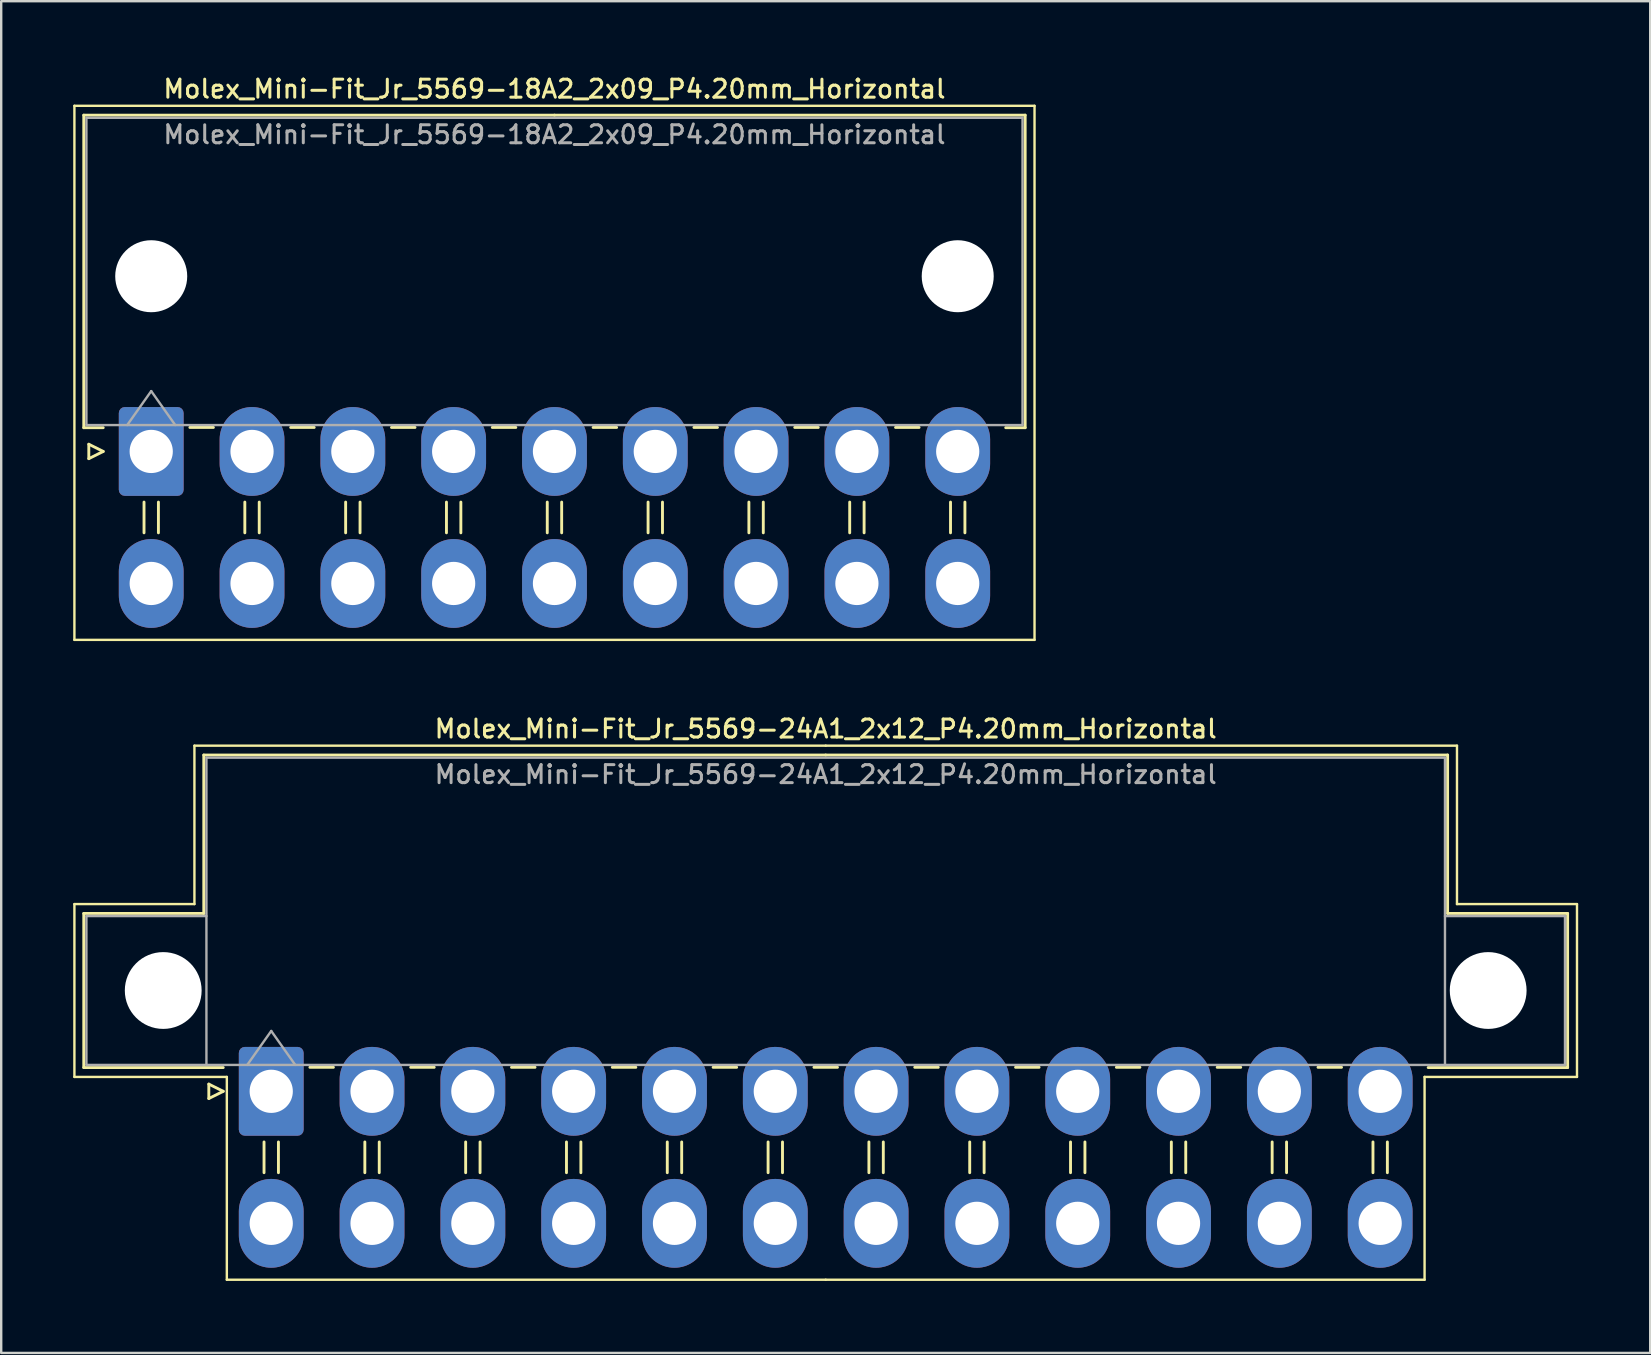
<source format=kicad_pcb>
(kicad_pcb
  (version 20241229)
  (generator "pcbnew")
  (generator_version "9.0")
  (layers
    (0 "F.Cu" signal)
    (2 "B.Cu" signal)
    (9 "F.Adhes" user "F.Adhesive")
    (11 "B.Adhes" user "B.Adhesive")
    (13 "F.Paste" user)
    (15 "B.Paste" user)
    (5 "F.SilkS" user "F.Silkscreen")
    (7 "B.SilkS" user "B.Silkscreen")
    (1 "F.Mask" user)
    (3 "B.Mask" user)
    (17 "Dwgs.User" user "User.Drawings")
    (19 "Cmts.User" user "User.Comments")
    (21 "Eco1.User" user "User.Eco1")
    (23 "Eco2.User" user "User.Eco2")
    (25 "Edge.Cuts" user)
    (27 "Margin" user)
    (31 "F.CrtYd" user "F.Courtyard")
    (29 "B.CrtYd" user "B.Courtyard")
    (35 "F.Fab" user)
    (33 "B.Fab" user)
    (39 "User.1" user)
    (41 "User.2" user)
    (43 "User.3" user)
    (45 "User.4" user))
  (footprint "Molex_Mini-Fit_Jr_5569-24A1_2x12_P4.20mm_Horizontal"
    (layer "F.Cu")
    (at 8.25 42.416)
    (property "Reference" "Molex_Mini-Fit_Jr_5569-24A1_2x12_P4.20mm_Horizontal" (at 23.1 -15.1 0) (layer "F.SilkS") (effects (font (size 0.75 0.75) (thickness 0.125))))
    (attr through_hole)
    (fp_line (start -8.2 -7.8) (end -8.2 -0.6) (stroke (width 0.1) (type solid)) (layer "F.SilkS"))
    (fp_line (start -8.2 -0.6) (end -1.85 -0.6) (stroke (width 0.1) (type solid)) (layer "F.SilkS"))
    (fp_line (start -7.81 -7.41) (end -7.81 -0.99) (stroke (width 0.12) (type solid)) (layer "F.SilkS"))
    (fp_line (start -7.81 -0.99) (end -2 -0.99) (stroke (width 0.12) (type solid)) (layer "F.SilkS"))
    (fp_line (start -3.2 -14.4) (end -3.2 -7.8) (stroke (width 0.1) (type solid)) (layer "F.SilkS"))
    (fp_line (start -3.2 -7.8) (end -8.2 -7.8) (stroke (width 0.1) (type solid)) (layer "F.SilkS"))
    (fp_line (start -2.81 -14.01) (end -2.81 -7.41) (stroke (width 0.12) (type solid)) (layer "F.SilkS"))
    (fp_line (start -2.81 -7.41) (end -7.81 -7.41) (stroke (width 0.12) (type solid)) (layer "F.SilkS"))
    (fp_line (start -2.6 -0.3) (end -2 0) (stroke (width 0.12) (type solid)) (layer "F.SilkS"))
    (fp_line (start -2.6 0.3) (end -2.6 -0.3) (stroke (width 0.12) (type solid)) (layer "F.SilkS"))
    (fp_line (start -2 0) (end -2.6 0.3) (stroke (width 0.12) (type solid)) (layer "F.SilkS"))
    (fp_line (start -1.85 -0.6) (end -1.85 7.85) (stroke (width 0.1) (type solid)) (layer "F.SilkS"))
    (fp_line (start -1.85 7.85) (end 23.1 7.85) (stroke (width 0.1) (type solid)) (layer "F.SilkS"))
    (fp_line (start -0.3 2.11) (end -0.3 3.39) (stroke (width 0.12) (type solid)) (layer "F.SilkS"))
    (fp_line (start 0.3 2.11) (end 0.3 3.39) (stroke (width 0.12) (type solid)) (layer "F.SilkS"))
    (fp_line (start 1.61 -1) (end 2.59 -1) (stroke (width 0.12) (type solid)) (layer "F.SilkS"))
    (fp_line (start 3.9 2.11) (end 3.9 3.39) (stroke (width 0.12) (type solid)) (layer "F.SilkS"))
    (fp_line (start 4.5 2.11) (end 4.5 3.39) (stroke (width 0.12) (type solid)) (layer "F.SilkS"))
    (fp_line (start 5.81 -1) (end 6.79 -1) (stroke (width 0.12) (type solid)) (layer "F.SilkS"))
    (fp_line (start 8.1 2.11) (end 8.1 3.39) (stroke (width 0.12) (type solid)) (layer "F.SilkS"))
    (fp_line (start 8.7 2.11) (end 8.7 3.39) (stroke (width 0.12) (type solid)) (layer "F.SilkS"))
    (fp_line (start 10.01 -1) (end 10.99 -1) (stroke (width 0.12) (type solid)) (layer "F.SilkS"))
    (fp_line (start 12.3 2.11) (end 12.3 3.39) (stroke (width 0.12) (type solid)) (layer "F.SilkS"))
    (fp_line (start 12.9 2.11) (end 12.9 3.39) (stroke (width 0.12) (type solid)) (layer "F.SilkS"))
    (fp_line (start 14.21 -1) (end 15.19 -1) (stroke (width 0.12) (type solid)) (layer "F.SilkS"))
    (fp_line (start 16.5 2.11) (end 16.5 3.39) (stroke (width 0.12) (type solid)) (layer "F.SilkS"))
    (fp_line (start 17.1 2.11) (end 17.1 3.39) (stroke (width 0.12) (type solid)) (layer "F.SilkS"))
    (fp_line (start 18.41 -1) (end 19.39 -1) (stroke (width 0.12) (type solid)) (layer "F.SilkS"))
    (fp_line (start 20.7 2.11) (end 20.7 3.39) (stroke (width 0.12) (type solid)) (layer "F.SilkS"))
    (fp_line (start 21.3 2.11) (end 21.3 3.39) (stroke (width 0.12) (type solid)) (layer "F.SilkS"))
    (fp_line (start 22.61 -1) (end 23.59 -1) (stroke (width 0.12) (type solid)) (layer "F.SilkS"))
    (fp_line (start 23.1 -14.4) (end -3.2 -14.4) (stroke (width 0.1) (type solid)) (layer "F.SilkS"))
    (fp_line (start 23.1 -14.4) (end 49.4 -14.4) (stroke (width 0.1) (type solid)) (layer "F.SilkS"))
    (fp_line (start 23.1 -14.01) (end -2.81 -14.01) (stroke (width 0.12) (type solid)) (layer "F.SilkS"))
    (fp_line (start 23.1 -14.01) (end 49.01 -14.01) (stroke (width 0.12) (type solid)) (layer "F.SilkS"))
    (fp_line (start 24.9 2.11) (end 24.9 3.39) (stroke (width 0.12) (type solid)) (layer "F.SilkS"))
    (fp_line (start 25.5 2.11) (end 25.5 3.39) (stroke (width 0.12) (type solid)) (layer "F.SilkS"))
    (fp_line (start 26.81 -1) (end 27.79 -1) (stroke (width 0.12) (type solid)) (layer "F.SilkS"))
    (fp_line (start 29.1 2.11) (end 29.1 3.39) (stroke (width 0.12) (type solid)) (layer "F.SilkS"))
    (fp_line (start 29.7 2.11) (end 29.7 3.39) (stroke (width 0.12) (type solid)) (layer "F.SilkS"))
    (fp_line (start 31.01 -1) (end 31.99 -1) (stroke (width 0.12) (type solid)) (layer "F.SilkS"))
    (fp_line (start 33.3 2.11) (end 33.3 3.39) (stroke (width 0.12) (type solid)) (layer "F.SilkS"))
    (fp_line (start 33.9 2.11) (end 33.9 3.39) (stroke (width 0.12) (type solid)) (layer "F.SilkS"))
    (fp_line (start 35.21 -1) (end 36.19 -1) (stroke (width 0.12) (type solid)) (layer "F.SilkS"))
    (fp_line (start 37.5 2.11) (end 37.5 3.39) (stroke (width 0.12) (type solid)) (layer "F.SilkS"))
    (fp_line (start 38.1 2.11) (end 38.1 3.39) (stroke (width 0.12) (type solid)) (layer "F.SilkS"))
    (fp_line (start 39.41 -1) (end 40.39 -1) (stroke (width 0.12) (type solid)) (layer "F.SilkS"))
    (fp_line (start 41.7 2.11) (end 41.7 3.39) (stroke (width 0.12) (type solid)) (layer "F.SilkS"))
    (fp_line (start 42.3 2.11) (end 42.3 3.39) (stroke (width 0.12) (type solid)) (layer "F.SilkS"))
    (fp_line (start 43.61 -1) (end 44.59 -1) (stroke (width 0.12) (type solid)) (layer "F.SilkS"))
    (fp_line (start 45.9 2.11) (end 45.9 3.39) (stroke (width 0.12) (type solid)) (layer "F.SilkS"))
    (fp_line (start 46.5 2.11) (end 46.5 3.39) (stroke (width 0.12) (type solid)) (layer "F.SilkS"))
    (fp_line (start 48.05 -0.6) (end 48.05 7.85) (stroke (width 0.1) (type solid)) (layer "F.SilkS"))
    (fp_line (start 48.05 7.85) (end 23.1 7.85) (stroke (width 0.1) (type solid)) (layer "F.SilkS"))
    (fp_line (start 49.01 -14.01) (end 49.01 -7.41) (stroke (width 0.12) (type solid)) (layer "F.SilkS"))
    (fp_line (start 49.01 -7.41) (end 54.01 -7.41) (stroke (width 0.12) (type solid)) (layer "F.SilkS"))
    (fp_line (start 49.4 -14.4) (end 49.4 -7.8) (stroke (width 0.1) (type solid)) (layer "F.SilkS"))
    (fp_line (start 49.4 -7.8) (end 54.4 -7.8) (stroke (width 0.1) (type solid)) (layer "F.SilkS"))
    (fp_line (start 54.01 -7.41) (end 54.01 -0.99) (stroke (width 0.12) (type solid)) (layer "F.SilkS"))
    (fp_line (start 54.01 -0.99) (end 48.2 -0.99) (stroke (width 0.12) (type solid)) (layer "F.SilkS"))
    (fp_line (start 54.4 -7.8) (end 54.4 -0.6) (stroke (width 0.1) (type solid)) (layer "F.SilkS"))
    (fp_line (start 54.4 -0.6) (end 48.05 -0.6) (stroke (width 0.1) (type solid)) (layer "F.SilkS"))
    (fp_line (start -7.7 -7.3) (end -7.7 -1.1) (stroke (width 0.1) (type solid)) (layer "F.Fab"))
    (fp_line (start -7.7 -1.1) (end -2.7 -1.1) (stroke (width 0.1) (type solid)) (layer "F.Fab"))
    (fp_line (start -2.7 -13.9) (end -2.7 -1.1) (stroke (width 0.1) (type solid)) (layer "F.Fab"))
    (fp_line (start -2.7 -7.3) (end -7.7 -7.3) (stroke (width 0.1) (type solid)) (layer "F.Fab"))
    (fp_line (start -2.7 -1.1) (end 48.9 -1.1) (stroke (width 0.1) (type solid)) (layer "F.Fab"))
    (fp_line (start -1 -1.1) (end 0 -2.514) (stroke (width 0.1) (type solid)) (layer "F.Fab"))
    (fp_line (start 0 -2.514) (end 1 -1.1) (stroke (width 0.1) (type solid)) (layer "F.Fab"))
    (fp_line (start 48.9 -13.9) (end -2.7 -13.9) (stroke (width 0.1) (type solid)) (layer "F.Fab"))
    (fp_line (start 48.9 -7.3) (end 53.9 -7.3) (stroke (width 0.1) (type solid)) (layer "F.Fab"))
    (fp_line (start 48.9 -1.1) (end 48.9 -13.9) (stroke (width 0.1) (type solid)) (layer "F.Fab"))
    (fp_line (start 53.9 -7.3) (end 53.9 -1.1) (stroke (width 0.1) (type solid)) (layer "F.Fab"))
    (fp_line (start 53.9 -1.1) (end 48.9 -1.1) (stroke (width 0.1) (type solid)) (layer "F.Fab"))
    (fp_text user "${REFERENCE}" (at 23.1 -13.2 0) (layer "F.Fab") (effects (font (size 0.75 0.75) (thickness 0.125))))
    (pad "" np_thru_hole circle (at -4.5 -4.2) (size 3.2 3.2) (drill 3.2) (layers "*.Cu" "*.Mask"))
    (pad "" np_thru_hole circle (at 50.7 -4.2) (size 3.2 3.2) (drill 3.2) (layers "*.Cu" "*.Mask"))
    (pad "1" thru_hole roundrect (at 0 0) (size 2.7 3.7) (drill 1.8) (layers "*.Cu" "*.Mask") (roundrect_rratio 0.093))
    (pad "2" thru_hole oval (at 4.2 0) (size 2.7 3.7) (drill 1.8) (layers "*.Cu" "*.Mask"))
    (pad "3" thru_hole oval (at 8.4 0) (size 2.7 3.7) (drill 1.8) (layers "*.Cu" "*.Mask"))
    (pad "4" thru_hole oval (at 12.6 0) (size 2.7 3.7) (drill 1.8) (layers "*.Cu" "*.Mask"))
    (pad "5" thru_hole oval (at 16.8 0) (size 2.7 3.7) (drill 1.8) (layers "*.Cu" "*.Mask"))
    (pad "6" thru_hole oval (at 21 0) (size 2.7 3.7) (drill 1.8) (layers "*.Cu" "*.Mask"))
    (pad "7" thru_hole oval (at 25.2 0) (size 2.7 3.7) (drill 1.8) (layers "*.Cu" "*.Mask"))
    (pad "8" thru_hole oval (at 29.4 0) (size 2.7 3.7) (drill 1.8) (layers "*.Cu" "*.Mask"))
    (pad "9" thru_hole oval (at 33.6 0) (size 2.7 3.7) (drill 1.8) (layers "*.Cu" "*.Mask"))
    (pad "10" thru_hole oval (at 37.8 0) (size 2.7 3.7) (drill 1.8) (layers "*.Cu" "*.Mask"))
    (pad "11" thru_hole oval (at 42 0) (size 2.7 3.7) (drill 1.8) (layers "*.Cu" "*.Mask"))
    (pad "12" thru_hole oval (at 46.2 0) (size 2.7 3.7) (drill 1.8) (layers "*.Cu" "*.Mask"))
    (pad "13" thru_hole oval (at 0 5.5) (size 2.7 3.7) (drill 1.8) (layers "*.Cu" "*.Mask"))
    (pad "14" thru_hole oval (at 4.2 5.5) (size 2.7 3.7) (drill 1.8) (layers "*.Cu" "*.Mask"))
    (pad "15" thru_hole oval (at 8.4 5.5) (size 2.7 3.7) (drill 1.8) (layers "*.Cu" "*.Mask"))
    (pad "16" thru_hole oval (at 12.6 5.5) (size 2.7 3.7) (drill 1.8) (layers "*.Cu" "*.Mask"))
    (pad "17" thru_hole oval (at 16.8 5.5) (size 2.7 3.7) (drill 1.8) (layers "*.Cu" "*.Mask"))
    (pad "18" thru_hole oval (at 21 5.5) (size 2.7 3.7) (drill 1.8) (layers "*.Cu" "*.Mask"))
    (pad "19" thru_hole oval (at 25.2 5.5) (size 2.7 3.7) (drill 1.8) (layers "*.Cu" "*.Mask"))
    (pad "20" thru_hole oval (at 29.4 5.5) (size 2.7 3.7) (drill 1.8) (layers "*.Cu" "*.Mask"))
    (pad "21" thru_hole oval (at 33.6 5.5) (size 2.7 3.7) (drill 1.8) (layers "*.Cu" "*.Mask"))
    (pad "22" thru_hole oval (at 37.8 5.5) (size 2.7 3.7) (drill 1.8) (layers "*.Cu" "*.Mask"))
    (pad "23" thru_hole oval (at 42 5.5) (size 2.7 3.7) (drill 1.8) (layers "*.Cu" "*.Mask"))
    (pad "24" thru_hole oval (at 46.2 5.5) (size 2.7 3.7) (drill 1.8) (layers "*.Cu" "*.Mask")))
  (footprint "Molex_Mini-Fit_Jr_5569-18A2_2x09_P4.20mm_Horizontal"
    (layer "F.Cu")
    (at 3.25 15.758)
    (property "Reference" "Molex_Mini-Fit_Jr_5569-18A2_2x09_P4.20mm_Horizontal" (at 16.8 -15.1 0) (layer "F.SilkS") (effects (font (size 0.75 0.75) (thickness 0.125))))
    (attr through_hole)
    (fp_line (start -3.2 -14.4) (end -3.2 7.85) (stroke (width 0.1) (type solid)) (layer "F.SilkS"))
    (fp_line (start -3.2 7.85) (end 36.8 7.85) (stroke (width 0.1) (type solid)) (layer "F.SilkS"))
    (fp_line (start -2.81 -14.01) (end 16.8 -14.01) (stroke (width 0.12) (type solid)) (layer "F.SilkS"))
    (fp_line (start -2.81 -0.99) (end -2.81 -14.01) (stroke (width 0.12) (type solid)) (layer "F.SilkS"))
    (fp_line (start -2.6 -0.3) (end -2 0) (stroke (width 0.12) (type solid)) (layer "F.SilkS"))
    (fp_line (start -2.6 0.3) (end -2.6 -0.3) (stroke (width 0.12) (type solid)) (layer "F.SilkS"))
    (fp_line (start -2 -0.99) (end -2.81 -0.99) (stroke (width 0.12) (type solid)) (layer "F.SilkS"))
    (fp_line (start -2 0) (end -2.6 0.3) (stroke (width 0.12) (type solid)) (layer "F.SilkS"))
    (fp_line (start -0.3 2.11) (end -0.3 3.39) (stroke (width 0.12) (type solid)) (layer "F.SilkS"))
    (fp_line (start 0.3 2.11) (end 0.3 3.39) (stroke (width 0.12) (type solid)) (layer "F.SilkS"))
    (fp_line (start 1.61 -1) (end 2.59 -1) (stroke (width 0.12) (type solid)) (layer "F.SilkS"))
    (fp_line (start 3.9 2.11) (end 3.9 3.39) (stroke (width 0.12) (type solid)) (layer "F.SilkS"))
    (fp_line (start 4.5 2.11) (end 4.5 3.39) (stroke (width 0.12) (type solid)) (layer "F.SilkS"))
    (fp_line (start 5.81 -1) (end 6.79 -1) (stroke (width 0.12) (type solid)) (layer "F.SilkS"))
    (fp_line (start 8.1 2.11) (end 8.1 3.39) (stroke (width 0.12) (type solid)) (layer "F.SilkS"))
    (fp_line (start 8.7 2.11) (end 8.7 3.39) (stroke (width 0.12) (type solid)) (layer "F.SilkS"))
    (fp_line (start 10.01 -1) (end 10.99 -1) (stroke (width 0.12) (type solid)) (layer "F.SilkS"))
    (fp_line (start 12.3 2.11) (end 12.3 3.39) (stroke (width 0.12) (type solid)) (layer "F.SilkS"))
    (fp_line (start 12.9 2.11) (end 12.9 3.39) (stroke (width 0.12) (type solid)) (layer "F.SilkS"))
    (fp_line (start 14.21 -1) (end 15.19 -1) (stroke (width 0.12) (type solid)) (layer "F.SilkS"))
    (fp_line (start 16.5 2.11) (end 16.5 3.39) (stroke (width 0.12) (type solid)) (layer "F.SilkS"))
    (fp_line (start 17.1 2.11) (end 17.1 3.39) (stroke (width 0.12) (type solid)) (layer "F.SilkS"))
    (fp_line (start 18.41 -1) (end 19.39 -1) (stroke (width 0.12) (type solid)) (layer "F.SilkS"))
    (fp_line (start 20.7 2.11) (end 20.7 3.39) (stroke (width 0.12) (type solid)) (layer "F.SilkS"))
    (fp_line (start 21.3 2.11) (end 21.3 3.39) (stroke (width 0.12) (type solid)) (layer "F.SilkS"))
    (fp_line (start 22.61 -1) (end 23.59 -1) (stroke (width 0.12) (type solid)) (layer "F.SilkS"))
    (fp_line (start 24.9 2.11) (end 24.9 3.39) (stroke (width 0.12) (type solid)) (layer "F.SilkS"))
    (fp_line (start 25.5 2.11) (end 25.5 3.39) (stroke (width 0.12) (type solid)) (layer "F.SilkS"))
    (fp_line (start 26.81 -1) (end 27.79 -1) (stroke (width 0.12) (type solid)) (layer "F.SilkS"))
    (fp_line (start 29.1 2.11) (end 29.1 3.39) (stroke (width 0.12) (type solid)) (layer "F.SilkS"))
    (fp_line (start 29.7 2.11) (end 29.7 3.39) (stroke (width 0.12) (type solid)) (layer "F.SilkS"))
    (fp_line (start 31.01 -1) (end 31.99 -1) (stroke (width 0.12) (type solid)) (layer "F.SilkS"))
    (fp_line (start 33.3 2.11) (end 33.3 3.39) (stroke (width 0.12) (type solid)) (layer "F.SilkS"))
    (fp_line (start 33.9 2.11) (end 33.9 3.39) (stroke (width 0.12) (type solid)) (layer "F.SilkS"))
    (fp_line (start 35.6 -0.99) (end 36.41 -0.99) (stroke (width 0.12) (type solid)) (layer "F.SilkS"))
    (fp_line (start 36.41 -14.01) (end 16.8 -14.01) (stroke (width 0.12) (type solid)) (layer "F.SilkS"))
    (fp_line (start 36.41 -0.99) (end 36.41 -14.01) (stroke (width 0.12) (type solid)) (layer "F.SilkS"))
    (fp_line (start 36.8 -14.4) (end -3.2 -14.4) (stroke (width 0.1) (type solid)) (layer "F.SilkS"))
    (fp_line (start 36.8 7.85) (end 36.8 -14.4) (stroke (width 0.1) (type solid)) (layer "F.SilkS"))
    (fp_line (start -2.7 -13.9) (end -2.7 -1.1) (stroke (width 0.1) (type solid)) (layer "F.Fab"))
    (fp_line (start -2.7 -1.1) (end 36.3 -1.1) (stroke (width 0.1) (type solid)) (layer "F.Fab"))
    (fp_line (start -1 -1.1) (end 0 -2.514) (stroke (width 0.1) (type solid)) (layer "F.Fab"))
    (fp_line (start 0 -2.514) (end 1 -1.1) (stroke (width 0.1) (type solid)) (layer "F.Fab"))
    (fp_line (start 36.3 -13.9) (end -2.7 -13.9) (stroke (width 0.1) (type solid)) (layer "F.Fab"))
    (fp_line (start 36.3 -1.1) (end 36.3 -13.9) (stroke (width 0.1) (type solid)) (layer "F.Fab"))
    (fp_text user "${REFERENCE}" (at 16.8 -13.2 0) (layer "F.Fab") (effects (font (size 0.75 0.75) (thickness 0.125))))
    (pad "" np_thru_hole circle (at 0 -7.3) (size 3 3) (drill 3) (layers "*.Cu" "*.Mask"))
    (pad "" np_thru_hole circle (at 33.6 -7.3) (size 3 3) (drill 3) (layers "*.Cu" "*.Mask"))
    (pad "1" thru_hole roundrect (at 0 0) (size 2.7 3.7) (drill 1.8) (layers "*.Cu" "*.Mask") (roundrect_rratio 0.093))
    (pad "2" thru_hole oval (at 4.2 0) (size 2.7 3.7) (drill 1.8) (layers "*.Cu" "*.Mask"))
    (pad "3" thru_hole oval (at 8.4 0) (size 2.7 3.7) (drill 1.8) (layers "*.Cu" "*.Mask"))
    (pad "4" thru_hole oval (at 12.6 0) (size 2.7 3.7) (drill 1.8) (layers "*.Cu" "*.Mask"))
    (pad "5" thru_hole oval (at 16.8 0) (size 2.7 3.7) (drill 1.8) (layers "*.Cu" "*.Mask"))
    (pad "6" thru_hole oval (at 21 0) (size 2.7 3.7) (drill 1.8) (layers "*.Cu" "*.Mask"))
    (pad "7" thru_hole oval (at 25.2 0) (size 2.7 3.7) (drill 1.8) (layers "*.Cu" "*.Mask"))
    (pad "8" thru_hole oval (at 29.4 0) (size 2.7 3.7) (drill 1.8) (layers "*.Cu" "*.Mask"))
    (pad "9" thru_hole oval (at 33.6 0) (size 2.7 3.7) (drill 1.8) (layers "*.Cu" "*.Mask"))
    (pad "10" thru_hole oval (at 0 5.5) (size 2.7 3.7) (drill 1.8) (layers "*.Cu" "*.Mask"))
    (pad "11" thru_hole oval (at 4.2 5.5) (size 2.7 3.7) (drill 1.8) (layers "*.Cu" "*.Mask"))
    (pad "12" thru_hole oval (at 8.4 5.5) (size 2.7 3.7) (drill 1.8) (layers "*.Cu" "*.Mask"))
    (pad "13" thru_hole oval (at 12.6 5.5) (size 2.7 3.7) (drill 1.8) (layers "*.Cu" "*.Mask"))
    (pad "14" thru_hole oval (at 16.8 5.5) (size 2.7 3.7) (drill 1.8) (layers "*.Cu" "*.Mask"))
    (pad "15" thru_hole oval (at 21 5.5) (size 2.7 3.7) (drill 1.8) (layers "*.Cu" "*.Mask"))
    (pad "16" thru_hole oval (at 25.2 5.5) (size 2.7 3.7) (drill 1.8) (layers "*.Cu" "*.Mask"))
    (pad "17" thru_hole oval (at 29.4 5.5) (size 2.7 3.7) (drill 1.8) (layers "*.Cu" "*.Mask"))
    (pad "18" thru_hole oval (at 33.6 5.5) (size 2.7 3.7) (drill 1.8) (layers "*.Cu" "*.Mask")))
  (gr_rect
    (start -3 -3)
    (end 65.7 53.316)
    (stroke (width 0.1) (type default))
    (fill no)
    (layer "Edge.Cuts")))
</source>
